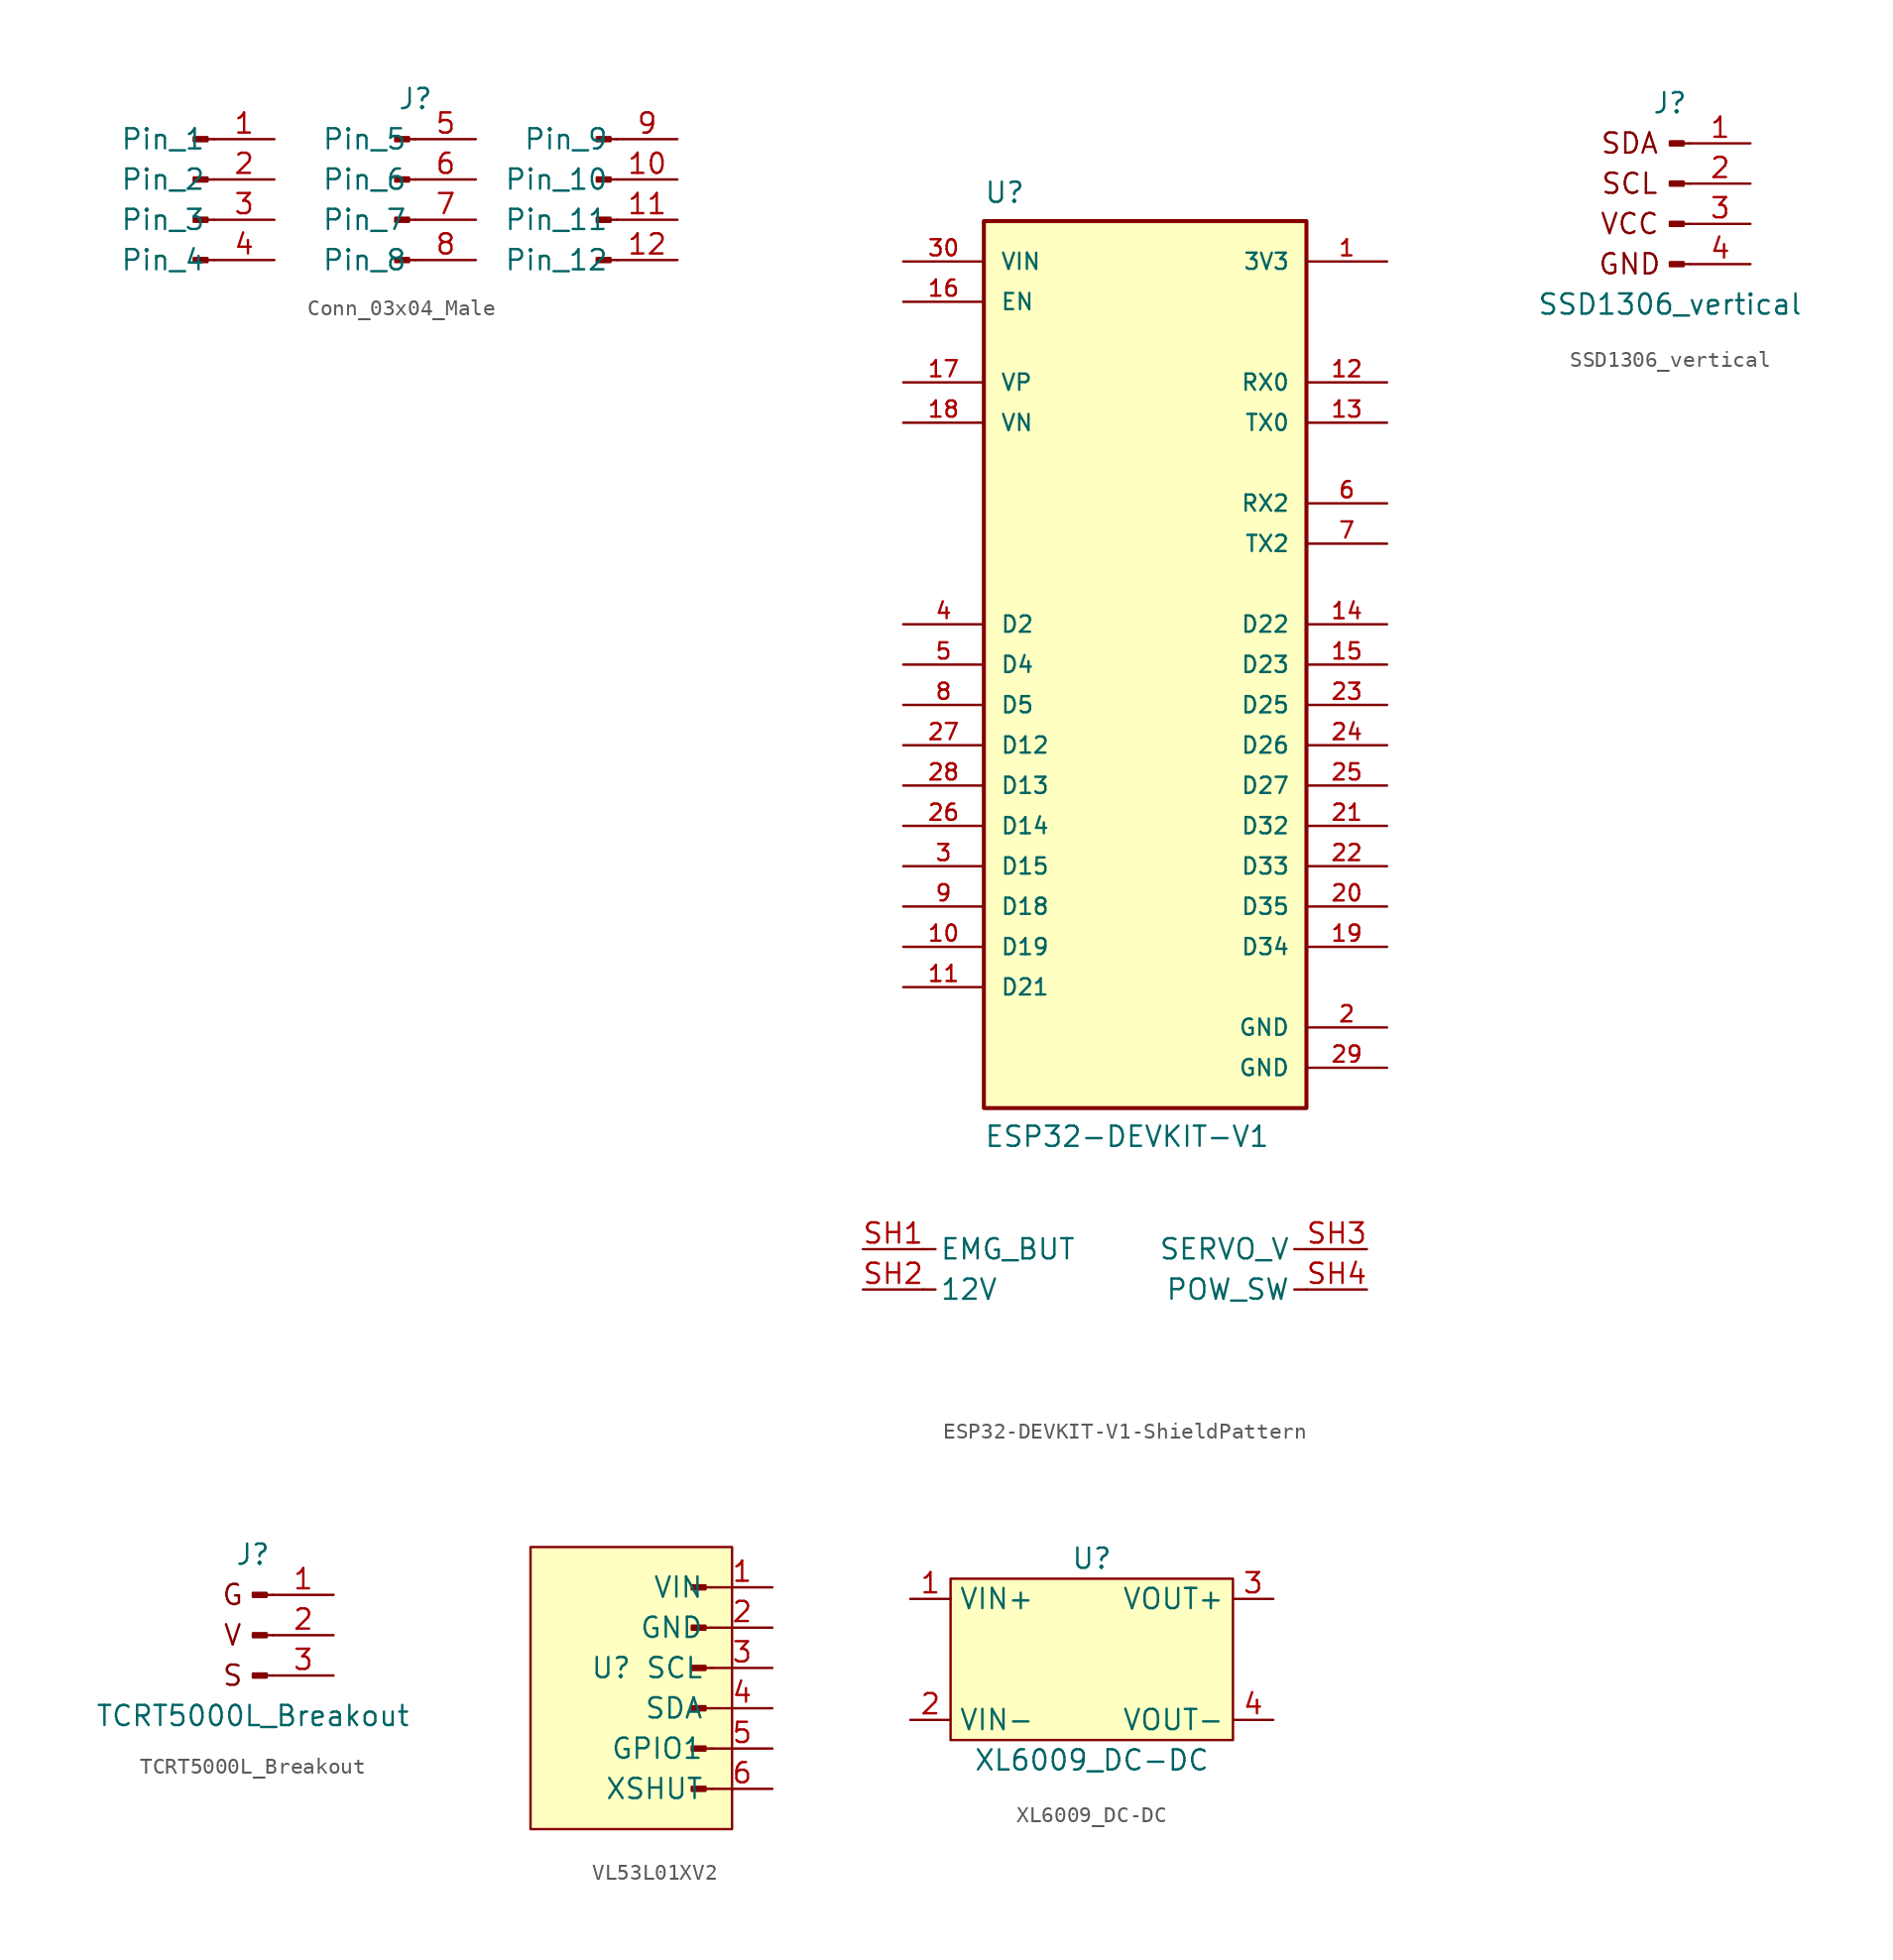
<source format=kicad_sym>
(kicad_symbol_lib
  (version 20220914)
  (generator kicad_symbol_editor)
  (symbol "Conn_03x04_Male"
    (property "Reference" "J"
      (at 0 0 0)
      (effects (font (size 1.27 1.27))))
    (property "Value" ""
      (at 0 0 0)
      (effects (font (size 1.27 1.27))))
    (symbol "Conn_03x04_Male_1_1"
      (rectangle (start -13.106 -10.033) (end -13.97 -10.287) (stroke (width 0.152) (type default)) (fill (type outline)))
      (rectangle (start -13.106 -7.493) (end -13.97 -7.747) (stroke (width 0.152) (type default)) (fill (type outline)))
      (rectangle (start -13.106 -4.953) (end -13.97 -5.207) (stroke (width 0.152) (type default)) (fill (type outline)))
      (rectangle (start -13.106 -2.413) (end -13.97 -2.667) (stroke (width 0.152) (type default)) (fill (type outline)))
      (rectangle (start -0.406 -10.033) (end -1.27 -10.287) (stroke (width 0.152) (type default)) (fill (type outline)))
      (rectangle (start -0.406 -7.493) (end -1.27 -7.747) (stroke (width 0.152) (type default)) (fill (type outline)))
      (rectangle (start -0.406 -4.953) (end -1.27 -5.207) (stroke (width 0.152) (type default)) (fill (type outline)))
      (rectangle (start -0.406 -2.413) (end -1.27 -2.667) (stroke (width 0.152) (type default)) (fill (type outline)))
      (polyline (pts (xy -12.7 -10.16) (xy -13.106 -10.16)) (stroke (width 0.152) (type default)) (fill (type none)))
      (polyline (pts (xy -12.7 -7.62) (xy -13.106 -7.62)) (stroke (width 0.152) (type default)) (fill (type none)))
      (polyline (pts (xy -12.7 -5.08) (xy -13.106 -5.08)) (stroke (width 0.152) (type default)) (fill (type none)))
      (polyline (pts (xy -12.7 -2.54) (xy -13.106 -2.54)) (stroke (width 0.152) (type default)) (fill (type none)))
      (polyline (pts (xy 0 -10.16) (xy -0.406 -10.16)) (stroke (width 0.152) (type default)) (fill (type none)))
      (polyline (pts (xy 0 -7.62) (xy -0.406 -7.62)) (stroke (width 0.152) (type default)) (fill (type none)))
      (polyline (pts (xy 0 -5.08) (xy -0.406 -5.08)) (stroke (width 0.152) (type default)) (fill (type none)))
      (polyline (pts (xy 0 -2.54) (xy -0.406 -2.54)) (stroke (width 0.152) (type default)) (fill (type none)))
      (polyline (pts (xy 12.7 -10.16) (xy 12.294 -10.16)) (stroke (width 0.152) (type default)) (fill (type none)))
      (polyline (pts (xy 12.7 -7.62) (xy 12.294 -7.62)) (stroke (width 0.152) (type default)) (fill (type none)))
      (polyline (pts (xy 12.7 -5.08) (xy 12.294 -5.08)) (stroke (width 0.152) (type default)) (fill (type none)))
      (polyline (pts (xy 12.7 -2.54) (xy 12.294 -2.54)) (stroke (width 0.152) (type default)) (fill (type none)))
      (rectangle (start 12.294 -10.033) (end 11.43 -10.287) (stroke (width 0.152) (type default)) (fill (type outline)))
      (rectangle (start 12.294 -7.493) (end 11.43 -7.747) (stroke (width 0.152) (type default)) (fill (type outline)))
      (rectangle (start 12.294 -4.953) (end 11.43 -5.207) (stroke (width 0.152) (type default)) (fill (type outline)))
      (rectangle (start 12.294 -2.413) (end 11.43 -2.667) (stroke (width 0.152) (type default)) (fill (type outline)))
      (pin passive line (at -8.89 -2.54 180) (length 3.81) (name "Pin_1" (effects (font (size 1.27 1.27)))) (number "1" (effects (font (size 1.27 1.27)))))
      (pin passive line (at 16.51 -5.08 180) (length 3.81) (name "Pin_10" (effects (font (size 1.27 1.27)))) (number "10" (effects (font (size 1.27 1.27)))))
      (pin passive line (at 16.51 -7.62 180) (length 3.81) (name "Pin_11" (effects (font (size 1.27 1.27)))) (number "11" (effects (font (size 1.27 1.27)))))
      (pin passive line (at 16.51 -10.16 180) (length 3.81) (name "Pin_12" (effects (font (size 1.27 1.27)))) (number "12" (effects (font (size 1.27 1.27)))))
      (pin passive line (at -8.89 -5.08 180) (length 3.81) (name "Pin_2" (effects (font (size 1.27 1.27)))) (number "2" (effects (font (size 1.27 1.27)))))
      (pin passive line (at -8.89 -7.62 180) (length 3.81) (name "Pin_3" (effects (font (size 1.27 1.27)))) (number "3" (effects (font (size 1.27 1.27)))))
      (pin passive line (at -8.89 -10.16 180) (length 3.81) (name "Pin_4" (effects (font (size 1.27 1.27)))) (number "4" (effects (font (size 1.27 1.27)))))
      (pin passive line (at 3.81 -2.54 180) (length 3.81) (name "Pin_5" (effects (font (size 1.27 1.27)))) (number "5" (effects (font (size 1.27 1.27)))))
      (pin passive line (at 3.81 -5.08 180) (length 3.81) (name "Pin_6" (effects (font (size 1.27 1.27)))) (number "6" (effects (font (size 1.27 1.27)))))
      (pin passive line (at 3.81 -7.62 180) (length 3.81) (name "Pin_7" (effects (font (size 1.27 1.27)))) (number "7" (effects (font (size 1.27 1.27)))))
      (pin passive line (at 3.81 -10.16 180) (length 3.81) (name "Pin_8" (effects (font (size 1.27 1.27)))) (number "8" (effects (font (size 1.27 1.27)))))
      (pin passive line (at 16.51 -2.54 180) (length 3.81) (name "Pin_9" (effects (font (size 1.27 1.27)))) (number "9" (effects (font (size 1.27 1.27)))))))
  (symbol "ESP32-DEVKIT-V1-ShieldPattern"
    (pin_names
      (offset 1.016))
    (property "Reference" "U"
      (at -10.16 30.48 0)
      (effects (font (size 1.27 1.27)) (justify left top)))
    (property "Value" "ESP32-DEVKIT-V1"
      (at -10.16 -30.48 0)
      (effects (font (size 1.27 1.27)) (justify left bottom)))
    (symbol "ESP32-DEVKIT-V1-ShieldPattern_0_0"
      (rectangle (start -10.16 -27.94) (end 10.16 27.94) (stroke (width 0.254) (type default)) (fill (type background)))
      (pin output line (at 15.24 25.4 180) (length 5.08) (name "3V3" (effects (font (size 1.016 1.016)))) (number "1" (effects (font (size 1.016 1.016)))))
      (pin bidirectional line (at -15.24 -17.78 0) (length 5.08) (name "D19" (effects (font (size 1.016 1.016)))) (number "10" (effects (font (size 1.016 1.016)))))
      (pin bidirectional line (at -15.24 -20.32 0) (length 5.08) (name "D21" (effects (font (size 1.016 1.016)))) (number "11" (effects (font (size 1.016 1.016)))))
      (pin input line (at 15.24 17.78 180) (length 5.08) (name "RX0" (effects (font (size 1.016 1.016)))) (number "12" (effects (font (size 1.016 1.016)))))
      (pin output line (at 15.24 15.24 180) (length 5.08) (name "TX0" (effects (font (size 1.016 1.016)))) (number "13" (effects (font (size 1.016 1.016)))))
      (pin bidirectional line (at 15.24 2.54 180) (length 5.08) (name "D22" (effects (font (size 1.016 1.016)))) (number "14" (effects (font (size 1.016 1.016)))))
      (pin bidirectional line (at 15.24 0 180) (length 5.08) (name "D23" (effects (font (size 1.016 1.016)))) (number "15" (effects (font (size 1.016 1.016)))))
      (pin input line (at -15.24 22.86 0) (length 5.08) (name "EN" (effects (font (size 1.016 1.016)))) (number "16" (effects (font (size 1.016 1.016)))))
      (pin bidirectional line (at -15.24 17.78 0) (length 5.08) (name "VP" (effects (font (size 1.016 1.016)))) (number "17" (effects (font (size 1.016 1.016)))))
      (pin bidirectional line (at -15.24 15.24 0) (length 5.08) (name "VN" (effects (font (size 1.016 1.016)))) (number "18" (effects (font (size 1.016 1.016)))))
      (pin bidirectional line (at 15.24 -17.78 180) (length 5.08) (name "D34" (effects (font (size 1.016 1.016)))) (number "19" (effects (font (size 1.016 1.016)))))
      (pin power_in line (at 15.24 -22.86 180) (length 5.08) (name "GND" (effects (font (size 1.016 1.016)))) (number "2" (effects (font (size 1.016 1.016)))))
      (pin bidirectional line (at 15.24 -15.24 180) (length 5.08) (name "D35" (effects (font (size 1.016 1.016)))) (number "20" (effects (font (size 1.016 1.016)))))
      (pin bidirectional line (at 15.24 -10.16 180) (length 5.08) (name "D32" (effects (font (size 1.016 1.016)))) (number "21" (effects (font (size 1.016 1.016)))))
      (pin bidirectional line (at 15.24 -12.7 180) (length 5.08) (name "D33" (effects (font (size 1.016 1.016)))) (number "22" (effects (font (size 1.016 1.016)))))
      (pin bidirectional line (at 15.24 -2.54 180) (length 5.08) (name "D25" (effects (font (size 1.016 1.016)))) (number "23" (effects (font (size 1.016 1.016)))))
      (pin bidirectional line (at 15.24 -5.08 180) (length 5.08) (name "D26" (effects (font (size 1.016 1.016)))) (number "24" (effects (font (size 1.016 1.016)))))
      (pin bidirectional line (at 15.24 -7.62 180) (length 5.08) (name "D27" (effects (font (size 1.016 1.016)))) (number "25" (effects (font (size 1.016 1.016)))))
      (pin bidirectional line (at -15.24 -10.16 0) (length 5.08) (name "D14" (effects (font (size 1.016 1.016)))) (number "26" (effects (font (size 1.016 1.016)))))
      (pin bidirectional line (at -15.24 -5.08 0) (length 5.08) (name "D12" (effects (font (size 1.016 1.016)))) (number "27" (effects (font (size 1.016 1.016)))))
      (pin bidirectional line (at -15.24 -7.62 0) (length 5.08) (name "D13" (effects (font (size 1.016 1.016)))) (number "28" (effects (font (size 1.016 1.016)))))
      (pin power_in line (at 15.24 -25.4 180) (length 5.08) (name "GND" (effects (font (size 1.016 1.016)))) (number "29" (effects (font (size 1.016 1.016)))))
      (pin bidirectional line (at -15.24 -12.7 0) (length 5.08) (name "D15" (effects (font (size 1.016 1.016)))) (number "3" (effects (font (size 1.016 1.016)))))
      (pin input line (at -15.24 25.4 0) (length 5.08) (name "VIN" (effects (font (size 1.016 1.016)))) (number "30" (effects (font (size 1.016 1.016)))))
      (pin bidirectional line (at -15.24 2.54 0) (length 5.08) (name "D2" (effects (font (size 1.016 1.016)))) (number "4" (effects (font (size 1.016 1.016)))))
      (pin bidirectional line (at -15.24 0 0) (length 5.08) (name "D4" (effects (font (size 1.016 1.016)))) (number "5" (effects (font (size 1.016 1.016)))))
      (pin input line (at 15.24 10.16 180) (length 5.08) (name "RX2" (effects (font (size 1.016 1.016)))) (number "6" (effects (font (size 1.016 1.016)))))
      (pin output line (at 15.24 7.62 180) (length 5.08) (name "TX2" (effects (font (size 1.016 1.016)))) (number "7" (effects (font (size 1.016 1.016)))))
      (pin bidirectional line (at -15.24 -2.54 0) (length 5.08) (name "D5" (effects (font (size 1.016 1.016)))) (number "8" (effects (font (size 1.016 1.016)))))
      (pin bidirectional line (at -15.24 -15.24 0) (length 5.08) (name "D18" (effects (font (size 1.016 1.016)))) (number "9" (effects (font (size 1.016 1.016))))))
    (symbol "ESP32-DEVKIT-V1-ShieldPattern_1_1"
      (polyline (pts (xy -13.97 -39.37) (xy -13.208 -39.37)) (stroke (width 0.152) (type default)) (fill (type none)))
      (polyline (pts (xy -13.97 -36.83) (xy -13.208 -36.83)) (stroke (width 0.152) (type default)) (fill (type none)))
      (polyline (pts (xy 10.16 -39.37) (xy 9.398 -39.37)) (stroke (width 0.152) (type default)) (fill (type none)))
      (polyline (pts (xy 10.16 -36.83) (xy 9.398 -36.83)) (stroke (width 0.152) (type default)) (fill (type none)))
      (pin passive line (at -17.78 -36.83 0) (length 3.81) (name "EMG_BUT" (effects (font (size 1.27 1.27)))) (number "SH1" (effects (font (size 1.27 1.27)))))
      (pin passive line (at -17.78 -39.37 0) (length 3.81) (name "12V" (effects (font (size 1.27 1.27)))) (number "SH2" (effects (font (size 1.27 1.27)))))
      (pin passive line (at 13.97 -36.83 180) (length 3.81) (name "SERVO_V" (effects (font (size 1.27 1.27)))) (number "SH3" (effects (font (size 1.27 1.27)))))
      (pin passive line (at 13.97 -39.37 180) (length 3.81) (name "POW_SW" (effects (font (size 1.27 1.27)))) (number "SH4" (effects (font (size 1.27 1.27)))))))
  (symbol "SSD1306_vertical"
    (pin_names
      (offset 1.016) hide)
    (property "Reference" "J"
      (at 0 5.08 0)
      (effects (font (size 1.27 1.27))))
    (property "Value" "SSD1306_vertical"
      (at 0 -7.62 0)
      (effects (font (size 1.27 1.27))))
    (property "ki_locked" ""
      (at 0 0 0)
      (effects (font (size 1.27 1.27))))
    (symbol "SSD1306_vertical_1_1"
      (polyline (pts (xy 1.27 -5.08) (xy 0.864 -5.08)) (stroke (width 0.152) (type default)) (fill (type none)))
      (polyline (pts (xy 1.27 -2.54) (xy 0.864 -2.54)) (stroke (width 0.152) (type default)) (fill (type none)))
      (polyline (pts (xy 1.27 0) (xy 0.864 0)) (stroke (width 0.152) (type default)) (fill (type none)))
      (polyline (pts (xy 1.27 2.54) (xy 0.864 2.54)) (stroke (width 0.152) (type default)) (fill (type none)))
      (rectangle (start 0.864 -4.953) (end 0 -5.207) (stroke (width 0.152) (type default)) (fill (type outline)))
      (rectangle (start 0.864 -2.413) (end 0 -2.667) (stroke (width 0.152) (type default)) (fill (type outline)))
      (rectangle (start 0.864 0.127) (end 0 -0.127) (stroke (width 0.152) (type default)) (fill (type outline)))
      (rectangle (start 0.864 2.667) (end 0 2.413) (stroke (width 0.152) (type default)) (fill (type outline)))
      (text "GND" (at -2.54 -5.08 0) (effects (font (size 1.27 1.27))))
      (text "SCL" (at -2.54 0 0) (effects (font (size 1.27 1.27))))
      (text "SDA" (at -2.54 2.54 0) (effects (font (size 1.27 1.27))))
      (text "VCC" (at -2.54 -2.54 0) (effects (font (size 1.27 1.27))))
      (pin passive line (at 5.08 2.54 180) (length 3.81) (name "SDA" (effects (font (size 1.27 1.27)))) (number "1" (effects (font (size 1.27 1.27)))))
      (pin passive line (at 5.08 0 180) (length 3.81) (name "SCL" (effects (font (size 1.27 1.27)))) (number "2" (effects (font (size 1.27 1.27)))))
      (pin passive line (at 5.08 -2.54 180) (length 3.81) (name "VCC" (effects (font (size 1.27 1.27)))) (number "3" (effects (font (size 1.27 1.27)))))
      (pin passive line (at 5.08 -5.08 180) (length 3.81) (name "GND" (effects (font (size 1.27 1.27)))) (number "4" (effects (font (size 1.27 1.27)))))))
  (symbol "TCRT5000L_Breakout"
    (pin_names
      (offset 1.016) hide)
    (property "Reference" "J"
      (at 0 5.08 0)
      (effects (font (size 1.27 1.27))))
    (property "Value" "TCRT5000L_Breakout"
      (at 0 -5.08 0)
      (effects (font (size 1.27 1.27))))
    (property "ki_locked" ""
      (at 0 0 0)
      (effects (font (size 1.27 1.27))))
    (symbol "TCRT5000L_Breakout_1_1"
      (polyline (pts (xy 1.27 -2.54) (xy 0.864 -2.54)) (stroke (width 0.152) (type default)) (fill (type none)))
      (polyline (pts (xy 1.27 0) (xy 0.864 0)) (stroke (width 0.152) (type default)) (fill (type none)))
      (polyline (pts (xy 1.27 2.54) (xy 0.864 2.54)) (stroke (width 0.152) (type default)) (fill (type none)))
      (rectangle (start 0.864 -2.413) (end 0 -2.667) (stroke (width 0.152) (type default)) (fill (type outline)))
      (rectangle (start 0.864 0.127) (end 0 -0.127) (stroke (width 0.152) (type default)) (fill (type outline)))
      (rectangle (start 0.864 2.667) (end 0 2.413) (stroke (width 0.152) (type default)) (fill (type outline)))
      (text "G" (at -1.27 2.54 0) (effects (font (size 1.27 1.27))))
      (text "S" (at -1.27 -2.54 0) (effects (font (size 1.27 1.27))))
      (text "V" (at -1.27 0 0) (effects (font (size 1.27 1.27))))
      (pin passive line (at 5.08 2.54 180) (length 3.81) (name "G" (effects (font (size 1.27 1.27)))) (number "1" (effects (font (size 1.27 1.27)))))
      (pin passive line (at 5.08 0 180) (length 3.81) (name "V" (effects (font (size 1.27 1.27)))) (number "2" (effects (font (size 1.27 1.27)))))
      (pin passive line (at 5.08 -2.54 180) (length 3.81) (name "S" (effects (font (size 1.27 1.27)))) (number "3" (effects (font (size 1.27 1.27)))))))
  (symbol "VL53L01XV2"
    (property "Reference" "U"
      (at 0 0 0)
      (effects (font (size 1.27 1.27))))
    (property "Value" ""
      (at 0 0 0)
      (effects (font (size 1.27 1.27))))
    (symbol "VL53L01XV2_1_1"
      (rectangle (start -5.08 7.62) (end 7.62 -10.16) (stroke (width 0) (type default)) (fill (type background)))
      (polyline (pts (xy 6.35 -7.62) (xy 5.944 -7.62)) (stroke (width 0.152) (type default)) (fill (type none)))
      (polyline (pts (xy 6.35 -5.08) (xy 5.944 -5.08)) (stroke (width 0.152) (type default)) (fill (type none)))
      (polyline (pts (xy 6.35 -2.54) (xy 5.944 -2.54)) (stroke (width 0.152) (type default)) (fill (type none)))
      (polyline (pts (xy 6.35 0) (xy 5.944 0)) (stroke (width 0.152) (type default)) (fill (type none)))
      (polyline (pts (xy 6.35 2.54) (xy 5.944 2.54)) (stroke (width 0.152) (type default)) (fill (type none)))
      (polyline (pts (xy 6.35 5.08) (xy 5.944 5.08)) (stroke (width 0.152) (type default)) (fill (type none)))
      (rectangle (start 5.944 -7.493) (end 5.08 -7.747) (stroke (width 0.152) (type default)) (fill (type outline)))
      (rectangle (start 5.944 -4.953) (end 5.08 -5.207) (stroke (width 0.152) (type default)) (fill (type outline)))
      (rectangle (start 5.944 -2.413) (end 5.08 -2.667) (stroke (width 0.152) (type default)) (fill (type outline)))
      (rectangle (start 5.944 0.127) (end 5.08 -0.127) (stroke (width 0.152) (type default)) (fill (type outline)))
      (rectangle (start 5.944 2.667) (end 5.08 2.413) (stroke (width 0.152) (type default)) (fill (type outline)))
      (rectangle (start 5.944 5.207) (end 5.08 4.953) (stroke (width 0.152) (type default)) (fill (type outline)))
      (pin passive line (at 10.16 5.08 180) (length 3.81) (name "VIN" (effects (font (size 1.27 1.27)))) (number "1" (effects (font (size 1.27 1.27)))))
      (pin passive line (at 10.16 2.54 180) (length 3.81) (name "GND" (effects (font (size 1.27 1.27)))) (number "2" (effects (font (size 1.27 1.27)))))
      (pin passive line (at 10.16 0 180) (length 3.81) (name "SCL" (effects (font (size 1.27 1.27)))) (number "3" (effects (font (size 1.27 1.27)))))
      (pin passive line (at 10.16 -2.54 180) (length 3.81) (name "SDA" (effects (font (size 1.27 1.27)))) (number "4" (effects (font (size 1.27 1.27)))))
      (pin passive line (at 10.16 -5.08 180) (length 3.81) (name "GPIO1" (effects (font (size 1.27 1.27)))) (number "5" (effects (font (size 1.27 1.27)))))
      (pin passive line (at 10.16 -7.62 180) (length 3.81) (name "XSHUT" (effects (font (size 1.27 1.27)))) (number "6" (effects (font (size 1.27 1.27)))))))
  (symbol "XL6009_DC-DC"
    (property "Reference" "U"
      (at 5.08 0 0)
      (effects (font (size 1.27 1.27))))
    (property "Value" "XL6009_DC-DC"
      (at 5.08 -12.7 0)
      (effects (font (size 1.27 1.27))))
    (symbol "XL6009_DC-DC_0_1"
      (rectangle (start -3.81 -1.27) (end 13.97 -11.43) (stroke (width 0) (type default)) (fill (type background))))
    (symbol "XL6009_DC-DC_1_1"
      (pin power_in line (at -6.35 -2.54 0) (length 2.54) (name "VIN+" (effects (font (size 1.27 1.27)))) (number "1" (effects (font (size 1.27 1.27)))))
      (pin power_in line (at -6.35 -10.16 0) (length 2.54) (name "VIN-" (effects (font (size 1.27 1.27)))) (number "2" (effects (font (size 1.27 1.27)))))
      (pin power_out line (at 16.51 -2.54 180) (length 2.54) (name "VOUT+" (effects (font (size 1.27 1.27)))) (number "3" (effects (font (size 1.27 1.27)))))
      (pin power_out line (at 16.51 -10.16 180) (length 2.54) (name "VOUT-" (effects (font (size 1.27 1.27)))) (number "4" (effects (font (size 1.27 1.27))))))))
</source>
